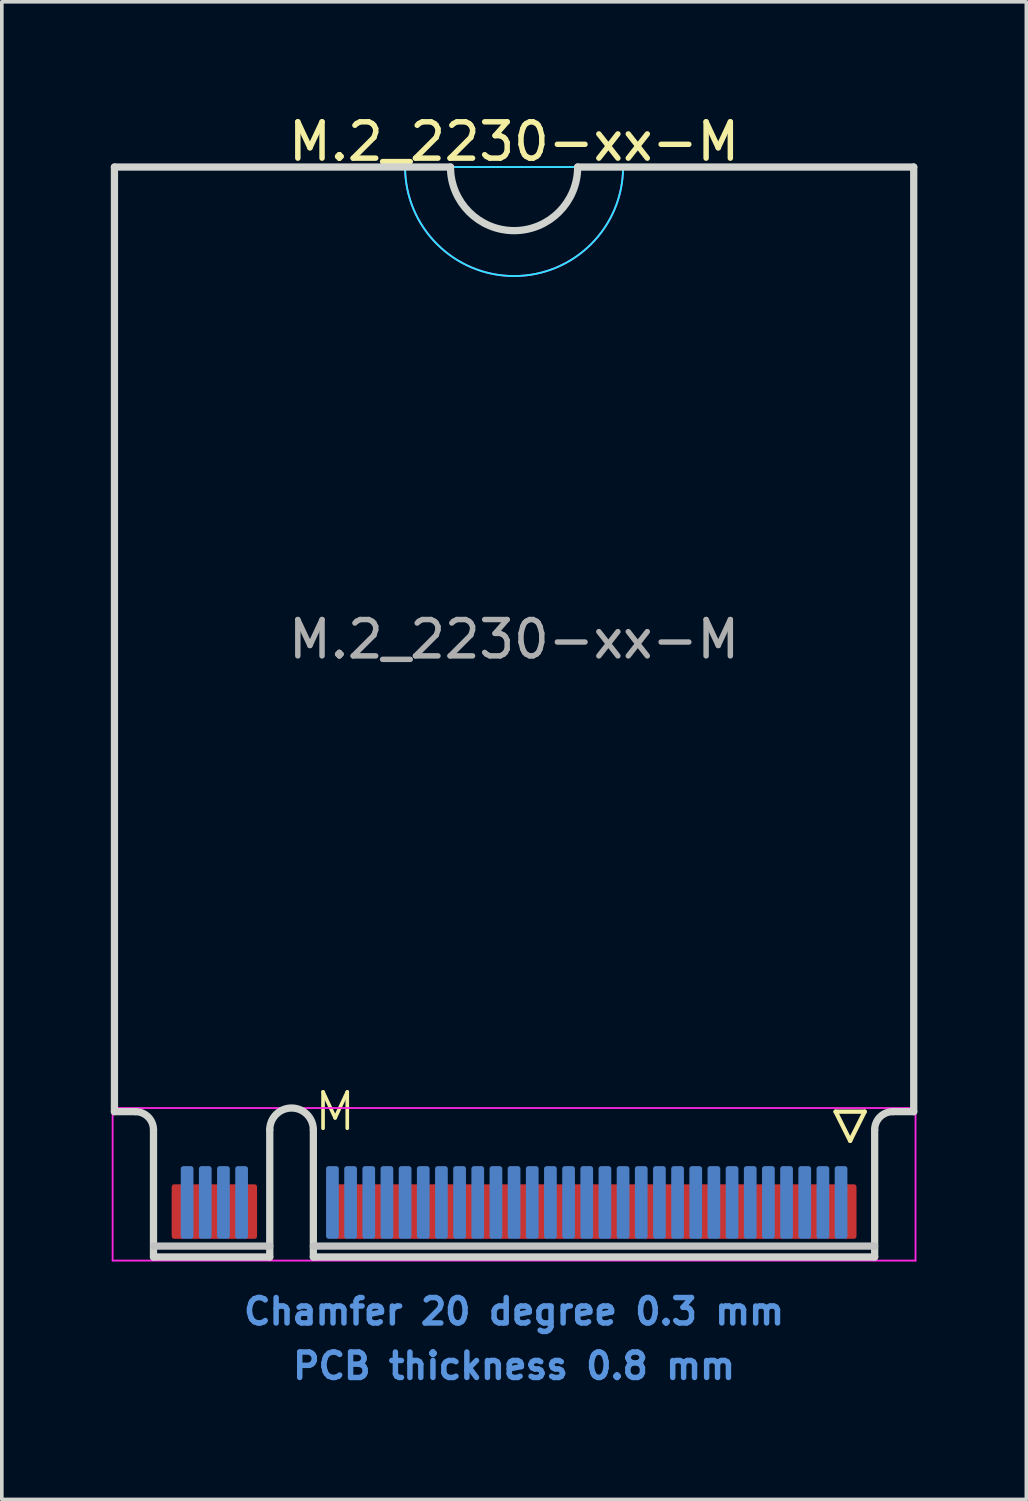
<source format=kicad_pcb>
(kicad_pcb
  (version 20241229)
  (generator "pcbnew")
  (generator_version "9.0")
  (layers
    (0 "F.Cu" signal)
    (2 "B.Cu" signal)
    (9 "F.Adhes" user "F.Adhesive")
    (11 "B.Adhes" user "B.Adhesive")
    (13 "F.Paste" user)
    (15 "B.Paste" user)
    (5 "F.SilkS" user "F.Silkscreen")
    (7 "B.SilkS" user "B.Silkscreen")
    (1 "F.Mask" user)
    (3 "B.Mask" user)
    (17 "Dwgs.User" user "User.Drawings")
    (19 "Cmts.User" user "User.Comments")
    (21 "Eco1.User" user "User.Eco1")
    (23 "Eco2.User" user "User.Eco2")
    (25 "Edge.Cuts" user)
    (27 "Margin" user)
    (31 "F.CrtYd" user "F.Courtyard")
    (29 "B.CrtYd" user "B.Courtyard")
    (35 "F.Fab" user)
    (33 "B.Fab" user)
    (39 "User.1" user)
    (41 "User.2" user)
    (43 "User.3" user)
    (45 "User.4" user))
  (footprint "M.2_2230-xx-M"
    (layer "F.Cu")
    (at 11.1 27.548)
    (property "Reference" "M.2_2230-xx-M" (at 0 -26.7 0) (layer "F.SilkS") (effects (font (size 1 1) (thickness 0.15))))
    (attr exclude_from_pos_files exclude_from_bom)
    (fp_line (start 8.85 0) (end 9.65 0) (stroke (width 0.12) (type solid)) (layer "F.SilkS"))
    (fp_line (start 9.25 0.8) (end 8.85 0) (stroke (width 0.12) (type solid)) (layer "F.SilkS"))
    (fp_line (start 9.65 0) (end 9.25 0.8) (stroke (width 0.12) (type solid)) (layer "F.SilkS"))
    (fp_line (start -9.925 3.7) (end -6.725 3.7) (stroke (width 0.2) (type solid)) (layer "Dwgs.User"))
    (fp_line (start 9.925 3.7) (end -5.525 3.7) (stroke (width 0.2) (type solid)) (layer "Dwgs.User"))
    (fp_line (start -11 -26) (end -11 0) (stroke (width 0.2) (type solid)) (layer "Edge.Cuts"))
    (fp_line (start -11 0) (end -10.425 0) (stroke (width 0.2) (type solid)) (layer "Edge.Cuts"))
    (fp_line (start -9.925 0.5) (end -9.925 4) (stroke (width 0.2) (type solid)) (layer "Edge.Cuts"))
    (fp_line (start -9.925 4) (end -6.725 4) (stroke (width 0.2) (type solid)) (layer "Edge.Cuts"))
    (fp_line (start -6.725 4) (end -6.725 0.5) (stroke (width 0.2) (type solid)) (layer "Edge.Cuts"))
    (fp_line (start -5.525 0.5) (end -5.525 4) (stroke (width 0.2) (type solid)) (layer "Edge.Cuts"))
    (fp_line (start -5.525 4) (end 9.925 4) (stroke (width 0.2) (type solid)) (layer "Edge.Cuts"))
    (fp_line (start -1.75 -26) (end -11 -26) (stroke (width 0.2) (type solid)) (layer "Edge.Cuts"))
    (fp_line (start 9.925 4) (end 9.925 0.5) (stroke (width 0.2) (type solid)) (layer "Edge.Cuts"))
    (fp_line (start 10.425 0) (end 11 0) (stroke (width 0.2) (type solid)) (layer "Edge.Cuts"))
    (fp_line (start 11 -26) (end 1.75 -26) (stroke (width 0.2) (type solid)) (layer "Edge.Cuts"))
    (fp_line (start 11 0) (end 11 -26) (stroke (width 0.2) (type solid)) (layer "Edge.Cuts"))
    (fp_arc (start -10.425 0) (mid -10.071447 0.146447) (end -9.925 0.5) (stroke (width 0.2) (type solid)) (layer "Edge.Cuts"))
    (fp_arc (start -6.725 0.5) (mid -6.125 -0.1) (end -5.525 0.5) (stroke (width 0.2) (type solid)) (layer "Edge.Cuts"))
    (fp_arc (start 1.75 -26) (mid 0 -24.25) (end -1.75 -26) (stroke (width 0.2) (type solid)) (layer "Edge.Cuts"))
    (fp_arc (start 9.925 0.5) (mid 10.071447 0.146447) (end 10.425 0) (stroke (width 0.2) (type solid)) (layer "Edge.Cuts"))
    (fp_line (start -3 -26) (end 3 -26) (stroke (width 0.05) (type solid)) (layer "B.CrtYd"))
    (fp_arc (start 3 -26) (mid 0 -23) (end -3 -26) (stroke (width 0.05) (type solid)) (layer "B.CrtYd"))
    (fp_line (start -11.05 -0.1) (end -11.05 4.1) (stroke (width 0.05) (type solid)) (layer "F.CrtYd"))
    (fp_line (start -11.05 4.1) (end 11.05 4.1) (stroke (width 0.05) (type solid)) (layer "F.CrtYd"))
    (fp_line (start -3 -26) (end 3 -26) (stroke (width 0.05) (type solid)) (layer "F.CrtYd"))
    (fp_line (start 11.05 -0.1) (end -11.05 -0.1) (stroke (width 0.05) (type solid)) (layer "F.CrtYd"))
    (fp_line (start 11.05 4.1) (end 11.05 -0.1) (stroke (width 0.05) (type solid)) (layer "F.CrtYd"))
    (fp_arc (start 3 -26) (mid 0 -23) (end -3 -26) (stroke (width 0.05) (type solid)) (layer "F.CrtYd"))
    (fp_text user "M" (at -4.925 0 0) (layer "F.SilkS") (effects (font (size 1 1) (thickness 0.1))))
    (fp_text user "PCB thickness 0.8 mm" (at 0 7 0) (layer "Cmts.User") (effects (font (size 0.7 0.7) (thickness 0.15))))
    (fp_text user "Chamfer 20 degree 0.3 mm" (at 0 5.5 0) (layer "Cmts.User") (effects (font (size 0.7 0.7) (thickness 0.15))))
    (fp_text user "${REFERENCE}" (at 0 -13 0) (layer "F.Fab") (effects (font (size 1 1) (thickness 0.15))))
    (pad "1" connect roundrect (at 9.25 2.75) (size 0.35 1.5) (layers "F.Cu" "F.Mask") (roundrect_rratio 0.2))
    (pad "2" connect roundrect (at 9 2.5) (size 0.35 2) (layers "B.Cu" "B.Mask") (roundrect_rratio 0.2))
    (pad "3" connect roundrect (at 8.75 2.75) (size 0.35 1.5) (layers "F.Cu" "F.Mask") (roundrect_rratio 0.2))
    (pad "4" connect roundrect (at 8.5 2.5) (size 0.35 2) (layers "B.Cu" "B.Mask") (roundrect_rratio 0.2))
    (pad "5" connect roundrect (at 8.25 2.75) (size 0.35 1.5) (layers "F.Cu" "F.Mask") (roundrect_rratio 0.2))
    (pad "6" connect roundrect (at 8 2.5) (size 0.35 2) (layers "B.Cu" "B.Mask") (roundrect_rratio 0.2))
    (pad "7" connect roundrect (at 7.75 2.75) (size 0.35 1.5) (layers "F.Cu" "F.Mask") (roundrect_rratio 0.2))
    (pad "8" connect roundrect (at 7.5 2.5) (size 0.35 2) (layers "B.Cu" "B.Mask") (roundrect_rratio 0.2))
    (pad "9" connect roundrect (at 7.25 2.75) (size 0.35 1.5) (layers "F.Cu" "F.Mask") (roundrect_rratio 0.2))
    (pad "10" connect roundrect (at 7 2.5) (size 0.35 2) (layers "B.Cu" "B.Mask") (roundrect_rratio 0.2))
    (pad "11" connect roundrect (at 6.75 2.75) (size 0.35 1.5) (layers "F.Cu" "F.Mask") (roundrect_rratio 0.2))
    (pad "12" connect roundrect (at 6.5 2.5) (size 0.35 2) (layers "B.Cu" "B.Mask") (roundrect_rratio 0.2))
    (pad "13" connect roundrect (at 6.25 2.75) (size 0.35 1.5) (layers "F.Cu" "F.Mask") (roundrect_rratio 0.2))
    (pad "14" connect roundrect (at 6 2.5) (size 0.35 2) (layers "B.Cu" "B.Mask") (roundrect_rratio 0.2))
    (pad "15" connect roundrect (at 5.75 2.75) (size 0.35 1.5) (layers "F.Cu" "F.Mask") (roundrect_rratio 0.2))
    (pad "16" connect roundrect (at 5.5 2.5) (size 0.35 2) (layers "B.Cu" "B.Mask") (roundrect_rratio 0.2))
    (pad "17" connect roundrect (at 5.25 2.75) (size 0.35 1.5) (layers "F.Cu" "F.Mask") (roundrect_rratio 0.2))
    (pad "18" connect roundrect (at 5 2.5) (size 0.35 2) (layers "B.Cu" "B.Mask") (roundrect_rratio 0.2))
    (pad "19" connect roundrect (at 4.75 2.75) (size 0.35 1.5) (layers "F.Cu" "F.Mask") (roundrect_rratio 0.2))
    (pad "20" connect roundrect (at 4.5 2.5) (size 0.35 2) (layers "B.Cu" "B.Mask") (roundrect_rratio 0.2))
    (pad "21" connect roundrect (at 4.25 2.75) (size 0.35 1.5) (layers "F.Cu" "F.Mask") (roundrect_rratio 0.2))
    (pad "22" connect roundrect (at 4 2.5) (size 0.35 2) (layers "B.Cu" "B.Mask") (roundrect_rratio 0.2))
    (pad "23" connect roundrect (at 3.75 2.75) (size 0.35 1.5) (layers "F.Cu" "F.Mask") (roundrect_rratio 0.2))
    (pad "24" connect roundrect (at 3.5 2.5) (size 0.35 2) (layers "B.Cu" "B.Mask") (roundrect_rratio 0.2))
    (pad "25" connect roundrect (at 3.25 2.75) (size 0.35 1.5) (layers "F.Cu" "F.Mask") (roundrect_rratio 0.2))
    (pad "26" connect roundrect (at 3 2.5) (size 0.35 2) (layers "B.Cu" "B.Mask") (roundrect_rratio 0.2))
    (pad "27" connect roundrect (at 2.75 2.75) (size 0.35 1.5) (layers "F.Cu" "F.Mask") (roundrect_rratio 0.2))
    (pad "28" connect roundrect (at 2.5 2.5) (size 0.35 2) (layers "B.Cu" "B.Mask") (roundrect_rratio 0.2))
    (pad "29" connect roundrect (at 2.25 2.75) (size 0.35 1.5) (layers "F.Cu" "F.Mask") (roundrect_rratio 0.2))
    (pad "30" connect roundrect (at 2 2.5) (size 0.35 2) (layers "B.Cu" "B.Mask") (roundrect_rratio 0.2))
    (pad "31" connect roundrect (at 1.75 2.75) (size 0.35 1.5) (layers "F.Cu" "F.Mask") (roundrect_rratio 0.2))
    (pad "32" connect roundrect (at 1.5 2.5) (size 0.35 2) (layers "B.Cu" "B.Mask") (roundrect_rratio 0.2))
    (pad "33" connect roundrect (at 1.25 2.75) (size 0.35 1.5) (layers "F.Cu" "F.Mask") (roundrect_rratio 0.2))
    (pad "34" connect roundrect (at 1 2.5) (size 0.35 2) (layers "B.Cu" "B.Mask") (roundrect_rratio 0.2))
    (pad "35" connect roundrect (at 0.75 2.75) (size 0.35 1.5) (layers "F.Cu" "F.Mask") (roundrect_rratio 0.2))
    (pad "36" connect roundrect (at 0.5 2.5) (size 0.35 2) (layers "B.Cu" "B.Mask") (roundrect_rratio 0.2))
    (pad "37" connect roundrect (at 0.25 2.75) (size 0.35 1.5) (layers "F.Cu" "F.Mask") (roundrect_rratio 0.2))
    (pad "38" connect roundrect (at 0 2.5) (size 0.35 2) (layers "B.Cu" "B.Mask") (roundrect_rratio 0.2))
    (pad "39" connect roundrect (at -0.25 2.75) (size 0.35 1.5) (layers "F.Cu" "F.Mask") (roundrect_rratio 0.2))
    (pad "40" connect roundrect (at -0.5 2.5) (size 0.35 2) (layers "B.Cu" "B.Mask") (roundrect_rratio 0.2))
    (pad "41" connect roundrect (at -0.75 2.75) (size 0.35 1.5) (layers "F.Cu" "F.Mask") (roundrect_rratio 0.2))
    (pad "42" connect roundrect (at -1 2.5) (size 0.35 2) (layers "B.Cu" "B.Mask") (roundrect_rratio 0.2))
    (pad "43" connect roundrect (at -1.25 2.75) (size 0.35 1.5) (layers "F.Cu" "F.Mask") (roundrect_rratio 0.2))
    (pad "44" connect roundrect (at -1.5 2.5) (size 0.35 2) (layers "B.Cu" "B.Mask") (roundrect_rratio 0.2))
    (pad "45" connect roundrect (at -1.75 2.75) (size 0.35 1.5) (layers "F.Cu" "F.Mask") (roundrect_rratio 0.2))
    (pad "46" connect roundrect (at -2 2.5) (size 0.35 2) (layers "B.Cu" "B.Mask") (roundrect_rratio 0.2))
    (pad "47" connect roundrect (at -2.25 2.75) (size 0.35 1.5) (layers "F.Cu" "F.Mask") (roundrect_rratio 0.2))
    (pad "48" connect roundrect (at -2.5 2.5) (size 0.35 2) (layers "B.Cu" "B.Mask") (roundrect_rratio 0.2))
    (pad "49" connect roundrect (at -2.75 2.75) (size 0.35 1.5) (layers "F.Cu" "F.Mask") (roundrect_rratio 0.2))
    (pad "50" connect roundrect (at -3 2.5) (size 0.35 2) (layers "B.Cu" "B.Mask") (roundrect_rratio 0.2))
    (pad "51" connect roundrect (at -3.25 2.75) (size 0.35 1.5) (layers "F.Cu" "F.Mask") (roundrect_rratio 0.2))
    (pad "52" connect roundrect (at -3.5 2.5) (size 0.35 2) (layers "B.Cu" "B.Mask") (roundrect_rratio 0.2))
    (pad "53" connect roundrect (at -3.75 2.75) (size 0.35 1.5) (layers "F.Cu" "F.Mask") (roundrect_rratio 0.2))
    (pad "54" connect roundrect (at -4 2.5) (size 0.35 2) (layers "B.Cu" "B.Mask") (roundrect_rratio 0.2))
    (pad "55" connect roundrect (at -4.25 2.75) (size 0.35 1.5) (layers "F.Cu" "F.Mask") (roundrect_rratio 0.2))
    (pad "56" connect roundrect (at -4.5 2.5) (size 0.35 2) (layers "B.Cu" "B.Mask") (roundrect_rratio 0.2))
    (pad "57" connect roundrect (at -4.75 2.75) (size 0.35 1.5) (layers "F.Cu" "F.Mask") (roundrect_rratio 0.2))
    (pad "58" connect roundrect (at -5 2.5) (size 0.35 2) (layers "B.Cu" "B.Mask") (roundrect_rratio 0.2))
    (pad "67" connect roundrect (at -7.25 2.75) (size 0.35 1.5) (layers "F.Cu" "F.Mask") (roundrect_rratio 0.2))
    (pad "68" connect roundrect (at -7.5 2.5) (size 0.35 2) (layers "B.Cu" "B.Mask") (roundrect_rratio 0.2))
    (pad "69" connect roundrect (at -7.75 2.75) (size 0.35 1.5) (layers "F.Cu" "F.Mask") (roundrect_rratio 0.2))
    (pad "70" connect roundrect (at -8 2.5) (size 0.35 2) (layers "B.Cu" "B.Mask") (roundrect_rratio 0.2))
    (pad "71" connect roundrect (at -8.25 2.75) (size 0.35 1.5) (layers "F.Cu" "F.Mask") (roundrect_rratio 0.2))
    (pad "72" connect roundrect (at -8.5 2.5) (size 0.35 2) (layers "B.Cu" "B.Mask") (roundrect_rratio 0.2))
    (pad "73" connect roundrect (at -8.75 2.75) (size 0.35 1.5) (layers "F.Cu" "F.Mask") (roundrect_rratio 0.2))
    (pad "74" connect roundrect (at -9 2.5) (size 0.35 2) (layers "B.Cu" "B.Mask") (roundrect_rratio 0.2))
    (pad "75" connect roundrect (at -9.25 2.75) (size 0.35 1.5) (layers "F.Cu" "F.Mask") (roundrect_rratio 0.2)))
  (gr_rect
    (start -3 -3)
    (end 25.2 38.221)
    (stroke (width 0.1) (type default))
    (fill no)
    (layer "Edge.Cuts")))
</source>
